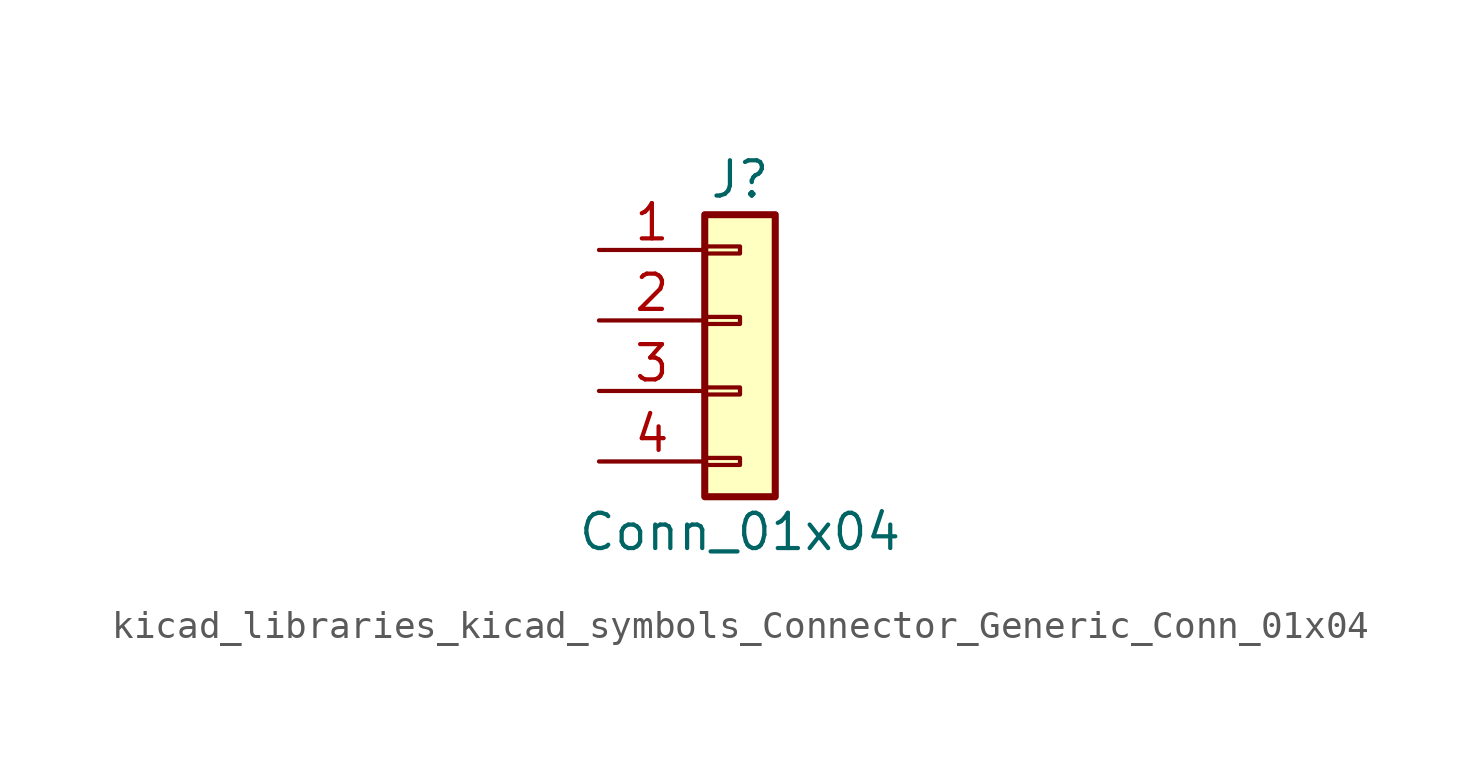
<source format=kicad_sym>
(kicad_symbol_lib
  (version 20220914)
  (generator kicad_symbol_editor)
  (symbol "kicad_libraries_kicad_symbols_Connector_Generic_Conn_01x04"
    (pin_names
      (offset 1.016) hide)
    (property "Reference" "J"
      (at 0 5.08 0)
      (effects (font (size 1.27 1.27))))
    (property "Value" "Conn_01x04"
      (at 0 -7.62 0)
      (effects (font (size 1.27 1.27))))
    (symbol "kicad_libraries_kicad_symbols_Connector_Generic_Conn_01x04_1_1"
      (rectangle (start -1.27 -4.953) (end 0 -5.207) (stroke (width 0.152) (type default)) (fill (type none)))
      (rectangle (start -1.27 -2.413) (end 0 -2.667) (stroke (width 0.152) (type default)) (fill (type none)))
      (rectangle (start -1.27 0.127) (end 0 -0.127) (stroke (width 0.152) (type default)) (fill (type none)))
      (rectangle (start -1.27 2.667) (end 0 2.413) (stroke (width 0.152) (type default)) (fill (type none)))
      (rectangle (start -1.27 3.81) (end 1.27 -6.35) (stroke (width 0.254) (type default)) (fill (type background)))
      (pin passive line (at -5.08 2.54 0) (length 3.81) (name "Pin_1" (effects (font (size 1.27 1.27)))) (number "1" (effects (font (size 1.27 1.27)))))
      (pin passive line (at -5.08 0 0) (length 3.81) (name "Pin_2" (effects (font (size 1.27 1.27)))) (number "2" (effects (font (size 1.27 1.27)))))
      (pin passive line (at -5.08 -2.54 0) (length 3.81) (name "Pin_3" (effects (font (size 1.27 1.27)))) (number "3" (effects (font (size 1.27 1.27)))))
      (pin passive line (at -5.08 -5.08 0) (length 3.81) (name "Pin_4" (effects (font (size 1.27 1.27)))) (number "4" (effects (font (size 1.27 1.27))))))))
</source>
